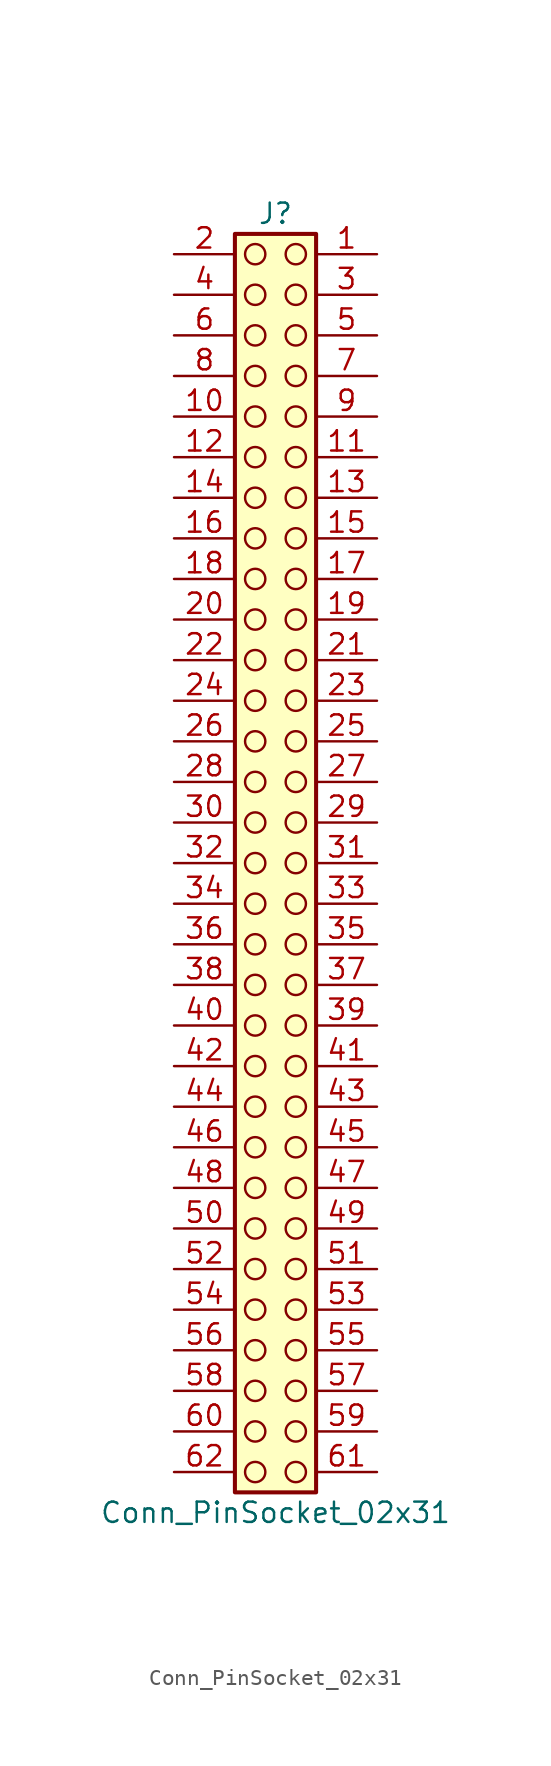
<source format=kicad_sym>
(kicad_symbol_lib
  (version 20241209)
  (generator "kicad_symbol_editor")
  (generator_version "9.0")
  (symbol "Conn_PinSocket_02x31"
    (pin_names
      (offset 1.016)
      (hide yes))
    (property "Reference" "J"
      (at 1.27 40.64 0)
      (effects (font (size 1.27 1.27))))
    (property "Value" "Conn_PinSocket_02x31"
      (at 1.27 -40.64 0)
      (effects (font (size 1.27 1.27))))
    (symbol "Conn_PinSocket_02x31_1_1"
      (rectangle (start -1.27 39.37) (end 3.81 -39.37) (stroke (width 0.254) (type default)) (fill (type background)))
      (circle (center 0 38.1) (radius 0.635) (stroke (width 0) (type solid) (color 132 0 0 1)) (fill (type none)))
      (circle (center 0 35.56) (radius 0.635) (stroke (width 0) (type solid) (color 132 0 0 1)) (fill (type none)))
      (circle (center 0 33.02) (radius 0.635) (stroke (width 0) (type solid) (color 132 0 0 1)) (fill (type none)))
      (circle (center 0 30.48) (radius 0.635) (stroke (width 0) (type solid) (color 132 0 0 1)) (fill (type none)))
      (circle (center 0 27.94) (radius 0.635) (stroke (width 0) (type solid) (color 132 0 0 1)) (fill (type none)))
      (circle (center 0 25.4) (radius 0.635) (stroke (width 0) (type solid) (color 132 0 0 1)) (fill (type none)))
      (circle (center 0 22.86) (radius 0.635) (stroke (width 0) (type solid) (color 132 0 0 1)) (fill (type none)))
      (circle (center 0 20.32) (radius 0.635) (stroke (width 0) (type solid) (color 132 0 0 1)) (fill (type none)))
      (circle (center 0 17.78) (radius 0.635) (stroke (width 0) (type solid) (color 132 0 0 1)) (fill (type none)))
      (circle (center 0 15.24) (radius 0.635) (stroke (width 0) (type solid) (color 132 0 0 1)) (fill (type none)))
      (circle (center 0 12.7) (radius 0.635) (stroke (width 0) (type solid) (color 132 0 0 1)) (fill (type none)))
      (circle (center 0 10.16) (radius 0.635) (stroke (width 0) (type solid) (color 132 0 0 1)) (fill (type none)))
      (circle (center 0 7.62) (radius 0.635) (stroke (width 0) (type solid) (color 132 0 0 1)) (fill (type none)))
      (circle (center 0 5.08) (radius 0.635) (stroke (width 0) (type solid) (color 132 0 0 1)) (fill (type none)))
      (circle (center 0 2.54) (radius 0.635) (stroke (width 0) (type solid) (color 132 0 0 1)) (fill (type none)))
      (circle (center 0 0) (radius 0.635) (stroke (width 0) (type solid) (color 132 0 0 1)) (fill (type none)))
      (circle (center 0 -2.54) (radius 0.635) (stroke (width 0) (type solid) (color 132 0 0 1)) (fill (type none)))
      (circle (center 0 -5.08) (radius 0.635) (stroke (width 0) (type solid) (color 132 0 0 1)) (fill (type none)))
      (circle (center 0 -7.62) (radius 0.635) (stroke (width 0) (type solid) (color 132 0 0 1)) (fill (type none)))
      (circle (center 0 -10.16) (radius 0.635) (stroke (width 0) (type solid) (color 132 0 0 1)) (fill (type none)))
      (circle (center 0 -12.7) (radius 0.635) (stroke (width 0) (type solid) (color 132 0 0 1)) (fill (type none)))
      (circle (center 0 -15.24) (radius 0.635) (stroke (width 0) (type solid) (color 132 0 0 1)) (fill (type none)))
      (circle (center 0 -17.78) (radius 0.635) (stroke (width 0) (type solid) (color 132 0 0 1)) (fill (type none)))
      (circle (center 0 -20.32) (radius 0.635) (stroke (width 0) (type solid) (color 132 0 0 1)) (fill (type none)))
      (circle (center 0 -22.86) (radius 0.635) (stroke (width 0) (type solid) (color 132 0 0 1)) (fill (type none)))
      (circle (center 0 -25.4) (radius 0.635) (stroke (width 0) (type solid) (color 132 0 0 1)) (fill (type none)))
      (circle (center 0 -27.94) (radius 0.635) (stroke (width 0) (type solid) (color 132 0 0 1)) (fill (type none)))
      (circle (center 0 -30.48) (radius 0.635) (stroke (width 0) (type solid) (color 132 0 0 1)) (fill (type none)))
      (circle (center 0 -33.02) (radius 0.635) (stroke (width 0) (type solid) (color 132 0 0 1)) (fill (type none)))
      (circle (center 0 -35.56) (radius 0.635) (stroke (width 0) (type solid) (color 132 0 0 1)) (fill (type none)))
      (circle (center 0 -38.1) (radius 0.635) (stroke (width 0) (type solid) (color 132 0 0 1)) (fill (type none)))
      (circle (center 2.54 38.1) (radius 0.635) (stroke (width 0) (type solid) (color 132 0 0 1)) (fill (type none)))
      (circle (center 2.54 35.56) (radius 0.635) (stroke (width 0) (type solid) (color 132 0 0 1)) (fill (type none)))
      (circle (center 2.54 33.02) (radius 0.635) (stroke (width 0) (type solid) (color 132 0 0 1)) (fill (type none)))
      (circle (center 2.54 30.48) (radius 0.635) (stroke (width 0) (type solid) (color 132 0 0 1)) (fill (type none)))
      (circle (center 2.54 27.94) (radius 0.635) (stroke (width 0) (type solid) (color 132 0 0 1)) (fill (type none)))
      (circle (center 2.54 25.4) (radius 0.635) (stroke (width 0) (type solid) (color 132 0 0 1)) (fill (type none)))
      (circle (center 2.54 22.86) (radius 0.635) (stroke (width 0) (type solid) (color 132 0 0 1)) (fill (type none)))
      (circle (center 2.54 20.32) (radius 0.635) (stroke (width 0) (type solid) (color 132 0 0 1)) (fill (type none)))
      (circle (center 2.54 17.78) (radius 0.635) (stroke (width 0) (type solid) (color 132 0 0 1)) (fill (type none)))
      (circle (center 2.54 15.24) (radius 0.635) (stroke (width 0) (type solid) (color 132 0 0 1)) (fill (type none)))
      (circle (center 2.54 12.7) (radius 0.635) (stroke (width 0) (type solid) (color 132 0 0 1)) (fill (type none)))
      (circle (center 2.54 10.16) (radius 0.635) (stroke (width 0) (type solid) (color 132 0 0 1)) (fill (type none)))
      (circle (center 2.54 7.62) (radius 0.635) (stroke (width 0) (type solid) (color 132 0 0 1)) (fill (type none)))
      (circle (center 2.54 5.08) (radius 0.635) (stroke (width 0) (type solid) (color 132 0 0 1)) (fill (type none)))
      (circle (center 2.54 2.54) (radius 0.635) (stroke (width 0) (type solid) (color 132 0 0 1)) (fill (type none)))
      (circle (center 2.54 0) (radius 0.635) (stroke (width 0) (type solid) (color 132 0 0 1)) (fill (type none)))
      (circle (center 2.54 -2.54) (radius 0.635) (stroke (width 0) (type solid) (color 132 0 0 1)) (fill (type none)))
      (circle (center 2.54 -5.08) (radius 0.635) (stroke (width 0) (type solid) (color 132 0 0 1)) (fill (type none)))
      (circle (center 2.54 -7.62) (radius 0.635) (stroke (width 0) (type solid) (color 132 0 0 1)) (fill (type none)))
      (circle (center 2.54 -10.16) (radius 0.635) (stroke (width 0) (type solid) (color 132 0 0 1)) (fill (type none)))
      (circle (center 2.54 -12.7) (radius 0.635) (stroke (width 0) (type solid) (color 132 0 0 1)) (fill (type none)))
      (circle (center 2.54 -15.24) (radius 0.635) (stroke (width 0) (type solid) (color 132 0 0 1)) (fill (type none)))
      (circle (center 2.54 -17.78) (radius 0.635) (stroke (width 0) (type solid) (color 132 0 0 1)) (fill (type none)))
      (circle (center 2.54 -20.32) (radius 0.635) (stroke (width 0) (type solid) (color 132 0 0 1)) (fill (type none)))
      (circle (center 2.54 -22.86) (radius 0.635) (stroke (width 0) (type solid) (color 132 0 0 1)) (fill (type none)))
      (circle (center 2.54 -25.4) (radius 0.635) (stroke (width 0) (type solid) (color 132 0 0 1)) (fill (type none)))
      (circle (center 2.54 -27.94) (radius 0.635) (stroke (width 0) (type solid) (color 132 0 0 1)) (fill (type none)))
      (circle (center 2.54 -30.48) (radius 0.635) (stroke (width 0) (type solid) (color 132 0 0 1)) (fill (type none)))
      (circle (center 2.54 -33.02) (radius 0.635) (stroke (width 0) (type solid) (color 132 0 0 1)) (fill (type none)))
      (circle (center 2.54 -35.56) (radius 0.635) (stroke (width 0) (type solid) (color 132 0 0 1)) (fill (type none)))
      (circle (center 2.54 -38.1) (radius 0.635) (stroke (width 0) (type solid) (color 132 0 0 1)) (fill (type none)))
      (pin passive line (at -5.08 38.1 0) (length 3.81) (name "Pin_2" (effects (font (size 1.27 1.27)))) (number "2" (effects (font (size 1.27 1.27)))))
      (pin passive line (at -5.08 35.56 0) (length 3.81) (name "Pin_4" (effects (font (size 1.27 1.27)))) (number "4" (effects (font (size 1.27 1.27)))))
      (pin passive line (at -5.08 33.02 0) (length 3.81) (name "Pin_6" (effects (font (size 1.27 1.27)))) (number "6" (effects (font (size 1.27 1.27)))))
      (pin passive line (at -5.08 30.48 0) (length 3.81) (name "Pin_8" (effects (font (size 1.27 1.27)))) (number "8" (effects (font (size 1.27 1.27)))))
      (pin passive line (at -5.08 27.94 0) (length 3.81) (name "Pin_10" (effects (font (size 1.27 1.27)))) (number "10" (effects (font (size 1.27 1.27)))))
      (pin passive line (at -5.08 25.4 0) (length 3.81) (name "Pin_12" (effects (font (size 1.27 1.27)))) (number "12" (effects (font (size 1.27 1.27)))))
      (pin passive line (at -5.08 22.86 0) (length 3.81) (name "Pin_14" (effects (font (size 1.27 1.27)))) (number "14" (effects (font (size 1.27 1.27)))))
      (pin passive line (at -5.08 20.32 0) (length 3.81) (name "Pin_16" (effects (font (size 1.27 1.27)))) (number "16" (effects (font (size 1.27 1.27)))))
      (pin passive line (at -5.08 17.78 0) (length 3.81) (name "Pin_18" (effects (font (size 1.27 1.27)))) (number "18" (effects (font (size 1.27 1.27)))))
      (pin passive line (at -5.08 15.24 0) (length 3.81) (name "Pin_20" (effects (font (size 1.27 1.27)))) (number "20" (effects (font (size 1.27 1.27)))))
      (pin passive line (at -5.08 12.7 0) (length 3.81) (name "Pin_22" (effects (font (size 1.27 1.27)))) (number "22" (effects (font (size 1.27 1.27)))))
      (pin passive line (at -5.08 10.16 0) (length 3.81) (name "Pin_24" (effects (font (size 1.27 1.27)))) (number "24" (effects (font (size 1.27 1.27)))))
      (pin passive line (at -5.08 7.62 0) (length 3.81) (name "Pin_26" (effects (font (size 1.27 1.27)))) (number "26" (effects (font (size 1.27 1.27)))))
      (pin passive line (at -5.08 5.08 0) (length 3.81) (name "Pin_28" (effects (font (size 1.27 1.27)))) (number "28" (effects (font (size 1.27 1.27)))))
      (pin passive line (at -5.08 2.54 0) (length 3.81) (name "Pin_30" (effects (font (size 1.27 1.27)))) (number "30" (effects (font (size 1.27 1.27)))))
      (pin passive line (at -5.08 0 0) (length 3.81) (name "Pin_32" (effects (font (size 1.27 1.27)))) (number "32" (effects (font (size 1.27 1.27)))))
      (pin passive line (at -5.08 -2.54 0) (length 3.81) (name "Pin_34" (effects (font (size 1.27 1.27)))) (number "34" (effects (font (size 1.27 1.27)))))
      (pin passive line (at -5.08 -5.08 0) (length 3.81) (name "Pin_36" (effects (font (size 1.27 1.27)))) (number "36" (effects (font (size 1.27 1.27)))))
      (pin passive line (at -5.08 -7.62 0) (length 3.81) (name "Pin_38" (effects (font (size 1.27 1.27)))) (number "38" (effects (font (size 1.27 1.27)))))
      (pin passive line (at -5.08 -10.16 0) (length 3.81) (name "Pin_40" (effects (font (size 1.27 1.27)))) (number "40" (effects (font (size 1.27 1.27)))))
      (pin passive line (at -5.08 -12.7 0) (length 3.81) (name "Pin_42" (effects (font (size 1.27 1.27)))) (number "42" (effects (font (size 1.27 1.27)))))
      (pin passive line (at -5.08 -15.24 0) (length 3.81) (name "Pin_44" (effects (font (size 1.27 1.27)))) (number "44" (effects (font (size 1.27 1.27)))))
      (pin passive line (at -5.08 -17.78 0) (length 3.81) (name "Pin_46" (effects (font (size 1.27 1.27)))) (number "46" (effects (font (size 1.27 1.27)))))
      (pin passive line (at -5.08 -20.32 0) (length 3.81) (name "Pin_48" (effects (font (size 1.27 1.27)))) (number "48" (effects (font (size 1.27 1.27)))))
      (pin passive line (at -5.08 -22.86 0) (length 3.81) (name "Pin_50" (effects (font (size 1.27 1.27)))) (number "50" (effects (font (size 1.27 1.27)))))
      (pin passive line (at -5.08 -25.4 0) (length 3.81) (name "Pin_52" (effects (font (size 1.27 1.27)))) (number "52" (effects (font (size 1.27 1.27)))))
      (pin passive line (at -5.08 -27.94 0) (length 3.81) (name "Pin_54" (effects (font (size 1.27 1.27)))) (number "54" (effects (font (size 1.27 1.27)))))
      (pin passive line (at -5.08 -30.48 0) (length 3.81) (name "Pin_56" (effects (font (size 1.27 1.27)))) (number "56" (effects (font (size 1.27 1.27)))))
      (pin passive line (at -5.08 -33.02 0) (length 3.81) (name "Pin_58" (effects (font (size 1.27 1.27)))) (number "58" (effects (font (size 1.27 1.27)))))
      (pin passive line (at -5.08 -35.56 0) (length 3.81) (name "Pin_60" (effects (font (size 1.27 1.27)))) (number "60" (effects (font (size 1.27 1.27)))))
      (pin passive line (at -5.08 -38.1 0) (length 3.81) (name "Pin_62" (effects (font (size 1.27 1.27)))) (number "62" (effects (font (size 1.27 1.27)))))
      (pin passive line (at 7.62 38.1 180) (length 3.81) (name "Pin_1" (effects (font (size 1.27 1.27)))) (number "1" (effects (font (size 1.27 1.27)))))
      (pin passive line (at 7.62 35.56 180) (length 3.81) (name "Pin_3" (effects (font (size 1.27 1.27)))) (number "3" (effects (font (size 1.27 1.27)))))
      (pin passive line (at 7.62 33.02 180) (length 3.81) (name "Pin_5" (effects (font (size 1.27 1.27)))) (number "5" (effects (font (size 1.27 1.27)))))
      (pin passive line (at 7.62 30.48 180) (length 3.81) (name "Pin_7" (effects (font (size 1.27 1.27)))) (number "7" (effects (font (size 1.27 1.27)))))
      (pin passive line (at 7.62 27.94 180) (length 3.81) (name "Pin_9" (effects (font (size 1.27 1.27)))) (number "9" (effects (font (size 1.27 1.27)))))
      (pin passive line (at 7.62 25.4 180) (length 3.81) (name "Pin_11" (effects (font (size 1.27 1.27)))) (number "11" (effects (font (size 1.27 1.27)))))
      (pin passive line (at 7.62 22.86 180) (length 3.81) (name "Pin_13" (effects (font (size 1.27 1.27)))) (number "13" (effects (font (size 1.27 1.27)))))
      (pin passive line (at 7.62 20.32 180) (length 3.81) (name "Pin_15" (effects (font (size 1.27 1.27)))) (number "15" (effects (font (size 1.27 1.27)))))
      (pin passive line (at 7.62 17.78 180) (length 3.81) (name "Pin_17" (effects (font (size 1.27 1.27)))) (number "17" (effects (font (size 1.27 1.27)))))
      (pin passive line (at 7.62 15.24 180) (length 3.81) (name "Pin_19" (effects (font (size 1.27 1.27)))) (number "19" (effects (font (size 1.27 1.27)))))
      (pin passive line (at 7.62 12.7 180) (length 3.81) (name "Pin_21" (effects (font (size 1.27 1.27)))) (number "21" (effects (font (size 1.27 1.27)))))
      (pin passive line (at 7.62 10.16 180) (length 3.81) (name "Pin_23" (effects (font (size 1.27 1.27)))) (number "23" (effects (font (size 1.27 1.27)))))
      (pin passive line (at 7.62 7.62 180) (length 3.81) (name "Pin_25" (effects (font (size 1.27 1.27)))) (number "25" (effects (font (size 1.27 1.27)))))
      (pin passive line (at 7.62 5.08 180) (length 3.81) (name "Pin_27" (effects (font (size 1.27 1.27)))) (number "27" (effects (font (size 1.27 1.27)))))
      (pin passive line (at 7.62 2.54 180) (length 3.81) (name "Pin_29" (effects (font (size 1.27 1.27)))) (number "29" (effects (font (size 1.27 1.27)))))
      (pin passive line (at 7.62 0 180) (length 3.81) (name "Pin_31" (effects (font (size 1.27 1.27)))) (number "31" (effects (font (size 1.27 1.27)))))
      (pin passive line (at 7.62 -2.54 180) (length 3.81) (name "Pin_33" (effects (font (size 1.27 1.27)))) (number "33" (effects (font (size 1.27 1.27)))))
      (pin passive line (at 7.62 -5.08 180) (length 3.81) (name "Pin_35" (effects (font (size 1.27 1.27)))) (number "35" (effects (font (size 1.27 1.27)))))
      (pin passive line (at 7.62 -7.62 180) (length 3.81) (name "Pin_37" (effects (font (size 1.27 1.27)))) (number "37" (effects (font (size 1.27 1.27)))))
      (pin passive line (at 7.62 -10.16 180) (length 3.81) (name "Pin_39" (effects (font (size 1.27 1.27)))) (number "39" (effects (font (size 1.27 1.27)))))
      (pin passive line (at 7.62 -12.7 180) (length 3.81) (name "Pin_41" (effects (font (size 1.27 1.27)))) (number "41" (effects (font (size 1.27 1.27)))))
      (pin passive line (at 7.62 -15.24 180) (length 3.81) (name "Pin_43" (effects (font (size 1.27 1.27)))) (number "43" (effects (font (size 1.27 1.27)))))
      (pin passive line (at 7.62 -17.78 180) (length 3.81) (name "Pin_45" (effects (font (size 1.27 1.27)))) (number "45" (effects (font (size 1.27 1.27)))))
      (pin passive line (at 7.62 -20.32 180) (length 3.81) (name "Pin_47" (effects (font (size 1.27 1.27)))) (number "47" (effects (font (size 1.27 1.27)))))
      (pin passive line (at 7.62 -22.86 180) (length 3.81) (name "Pin_49" (effects (font (size 1.27 1.27)))) (number "49" (effects (font (size 1.27 1.27)))))
      (pin passive line (at 7.62 -25.4 180) (length 3.81) (name "Pin_51" (effects (font (size 1.27 1.27)))) (number "51" (effects (font (size 1.27 1.27)))))
      (pin passive line (at 7.62 -27.94 180) (length 3.81) (name "Pin_53" (effects (font (size 1.27 1.27)))) (number "53" (effects (font (size 1.27 1.27)))))
      (pin passive line (at 7.62 -30.48 180) (length 3.81) (name "Pin_55" (effects (font (size 1.27 1.27)))) (number "55" (effects (font (size 1.27 1.27)))))
      (pin passive line (at 7.62 -33.02 180) (length 3.81) (name "Pin_57" (effects (font (size 1.27 1.27)))) (number "57" (effects (font (size 1.27 1.27)))))
      (pin passive line (at 7.62 -35.56 180) (length 3.81) (name "Pin_59" (effects (font (size 1.27 1.27)))) (number "59" (effects (font (size 1.27 1.27)))))
      (pin passive line (at 7.62 -38.1 180) (length 3.81) (name "Pin_61" (effects (font (size 1.27 1.27)))) (number "61" (effects (font (size 1.27 1.27))))))))
</source>
